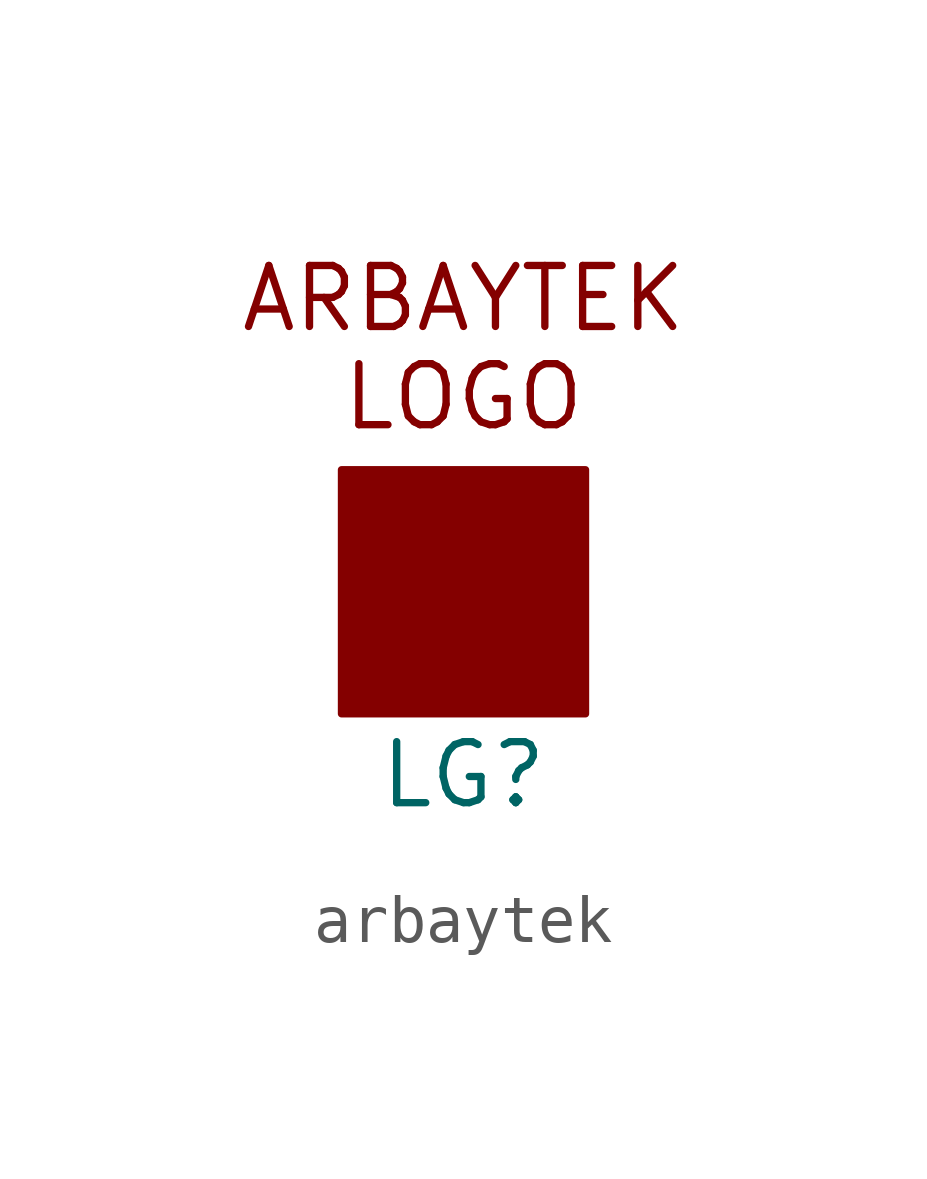
<source format=kicad_sym>
(kicad_symbol_lib
  (version 20220914)
  (generator kicad_symbol_editor)
  (symbol "arbaytek"
    (property "Reference" "LG"
      (at 0 -3.81 0)
      (effects (font (size 1.27 1.27))))
    (property "Value" ""
      (at 0 0 0)
      (effects (font (size 1.27 1.27))))
    (symbol "arbaytek_0_1"
      (rectangle (start -2.54 2.54) (end 2.54 -2.54) (stroke (width 0) (type default)) (fill (type outline)))
      (text "ARBAYTEK\nLOGO" (at 0 5.08 0) (effects (font (size 1.27 1.27)))))))
</source>
